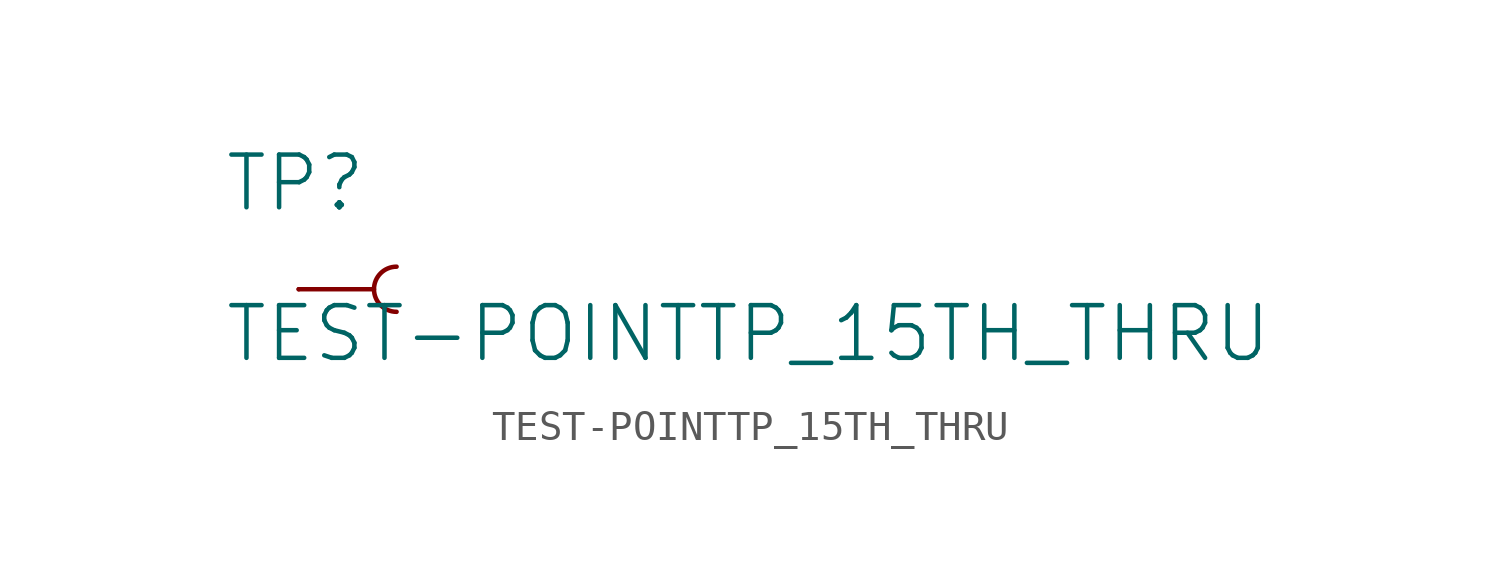
<source format=kicad_sym>
(kicad_symbol_lib
  (version 20211014)
  (generator kicad_symbol_editor)
  (symbol "TEST-POINTTP_15TH_THRU"
    (property "Reference" "TP"
      (at -2.54 2.54 0)
      (effects (font (size 1.778 1.778)) (justify left bottom)))
    (property "Value" "TEST-POINTTP_15TH_THRU"
      (at -2.54 -2.54 0)
      (effects (font (size 1.778 1.778)) (justify left bottom)))
    (property "ki_locked" ""
      (at 0 0 0)
      (effects (font (size 1.27 1.27))))
    (symbol "TEST-POINTTP_15TH_THRU_1_0"
      (polyline (pts (xy 2.54 0) (xy 0 0)) (stroke (width 0.152) (type default) (color 0 0 0 0)) (fill (type none)))
      (arc (start 3.302 0.762) (mid 2.54 0) (end 3.302 -0.762) (stroke (width 0.1524) (type default) (color 0 0 0 0)) (fill (type none)))
      (pin bidirectional line (at 0 0 180) (length 0) (name "1" (effects (font (size 0 0)))) (number "P$1" (effects (font (size 0 0))))))))
</source>
